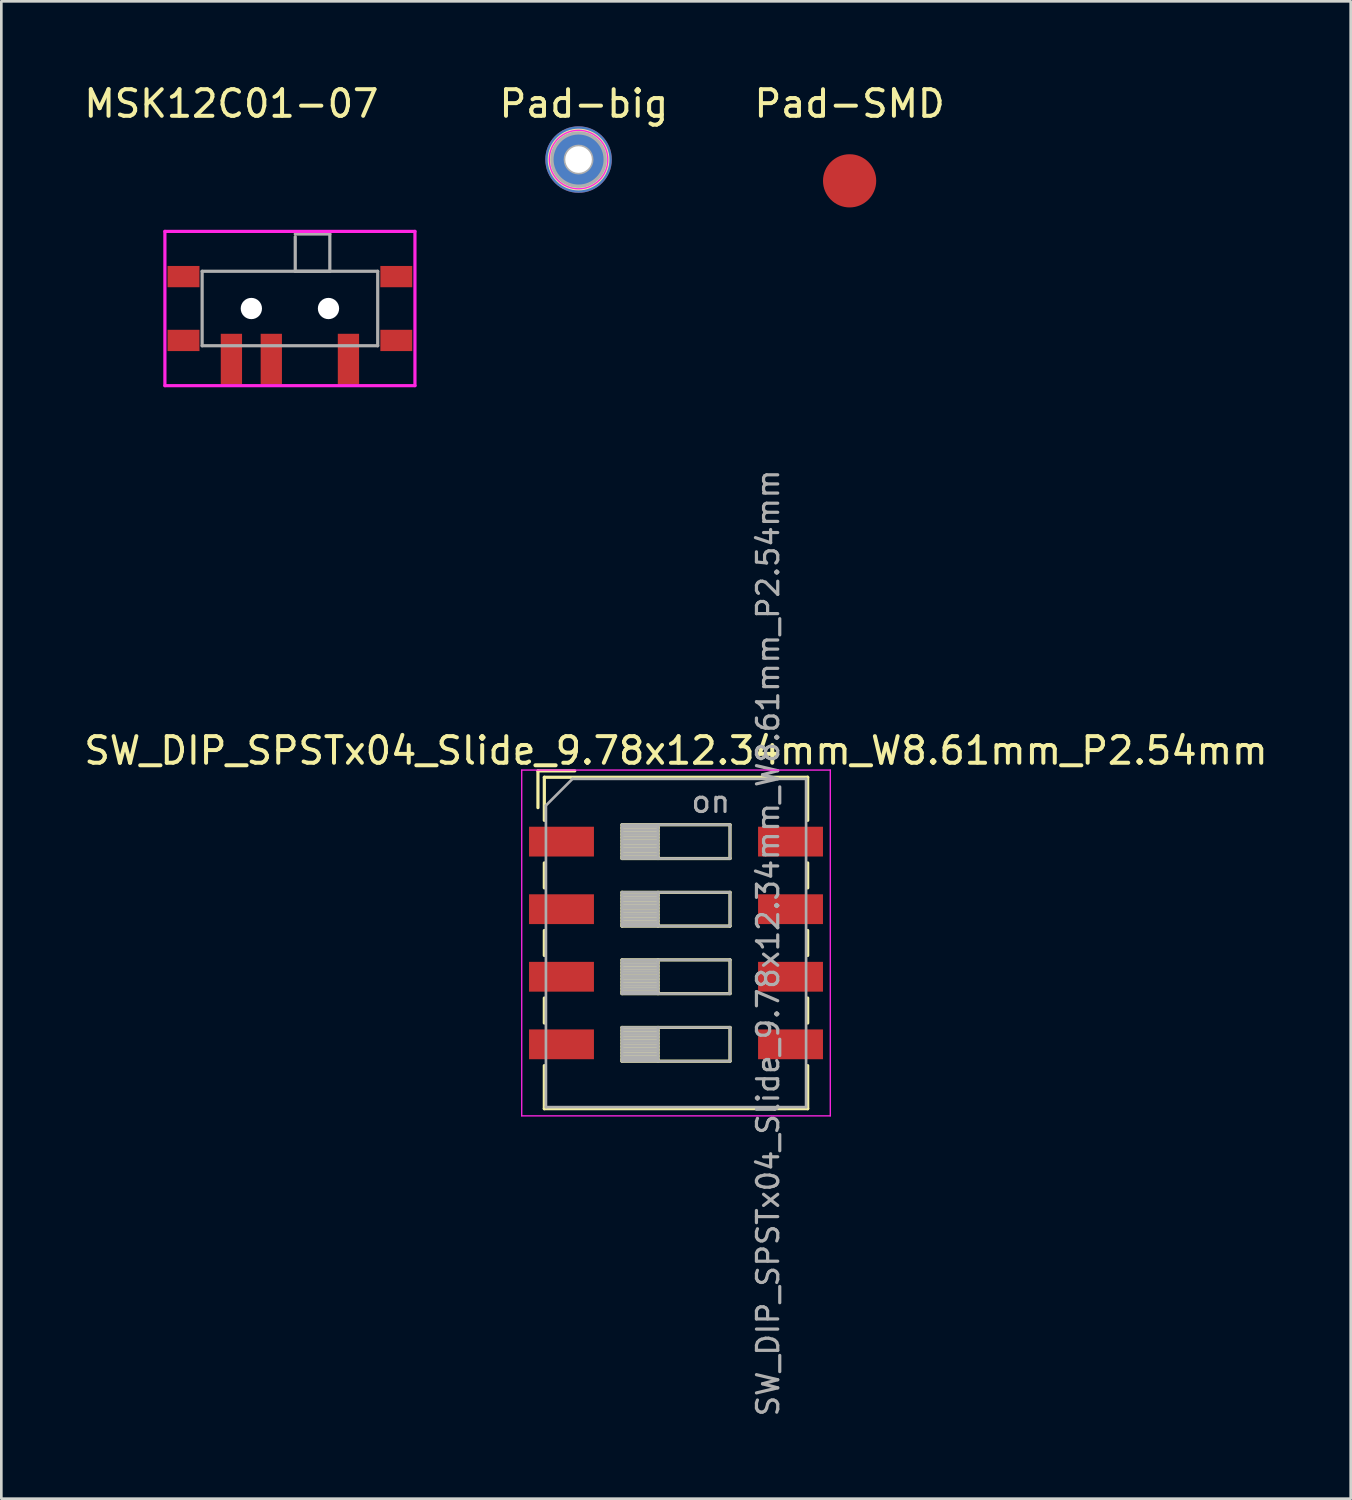
<source format=kicad_pcb>
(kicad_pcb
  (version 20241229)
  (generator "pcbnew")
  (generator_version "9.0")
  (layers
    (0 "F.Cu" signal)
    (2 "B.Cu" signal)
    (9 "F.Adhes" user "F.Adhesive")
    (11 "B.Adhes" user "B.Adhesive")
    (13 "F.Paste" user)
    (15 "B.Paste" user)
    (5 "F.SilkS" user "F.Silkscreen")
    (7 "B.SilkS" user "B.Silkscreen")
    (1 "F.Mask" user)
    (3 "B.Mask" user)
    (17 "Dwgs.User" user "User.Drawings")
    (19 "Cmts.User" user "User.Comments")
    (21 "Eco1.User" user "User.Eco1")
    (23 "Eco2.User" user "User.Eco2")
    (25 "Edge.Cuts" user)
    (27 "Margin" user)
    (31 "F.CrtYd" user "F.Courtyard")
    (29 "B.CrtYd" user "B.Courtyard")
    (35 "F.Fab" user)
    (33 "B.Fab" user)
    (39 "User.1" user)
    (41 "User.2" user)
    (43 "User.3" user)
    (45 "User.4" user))
  (footprint "Pad-big"
    (layer "F.Cu")
    (at 18.7 2.948)
    (property "Reference" "Pad-big" (at 0.2 -2.1 0) (layer "F.SilkS") (effects (font (size 1 1) (thickness 0.15))))
    (attr through_hole)
    (fp_circle (center 0 0) (end 1.1 0) (stroke (width 0.12) (type solid)) (fill no) (layer "F.SilkS"))
    (fp_circle (center 0 0) (end 1.1 0) (stroke (width 0.05) (type solid)) (fill no) (layer "F.CrtYd"))
    (fp_circle (center 0 0) (end 0.5 0) (stroke (width 0.12) (type solid)) (fill no) (layer "F.Fab"))
    (fp_circle (center 0 0) (end 1 0) (stroke (width 0.12) (type solid)) (fill no) (layer "F.Fab"))
    (pad "1" thru_hole circle (at 0 0) (size 2.5 2.5) (drill 1) (layers "*.Cu" "*.Paste" "*.Mask")))
  (footprint "SW_DIP_SPSTx04_Slide_9.78x12.34mm_W8.61mm_P2.54mm"
    (layer "F.Cu")
    (at 22.363 32.399)
    (property "Reference" "SW_DIP_SPSTx04_Slide_9.78x12.34mm_W8.61mm_P2.54mm" (at 0 -7.23 0) (layer "F.SilkS") (effects (font (size 1 1) (thickness 0.15))))
    (attr smd)
    (fp_line (start -5.19 -6.47) (end -5.19 -5.087) (stroke (width 0.12) (type solid)) (layer "F.SilkS"))
    (fp_line (start -5.19 -6.47) (end -3.806 -6.47) (stroke (width 0.12) (type solid)) (layer "F.SilkS"))
    (fp_line (start -4.95 -6.23) (end -4.95 -4.61) (stroke (width 0.12) (type solid)) (layer "F.SilkS"))
    (fp_line (start -4.95 -6.23) (end 4.95 -6.23) (stroke (width 0.12) (type solid)) (layer "F.SilkS"))
    (fp_line (start -4.95 -3.01) (end -4.95 -2.07) (stroke (width 0.12) (type solid)) (layer "F.SilkS"))
    (fp_line (start -4.95 -0.47) (end -4.95 0.47) (stroke (width 0.12) (type solid)) (layer "F.SilkS"))
    (fp_line (start -4.95 2.07) (end -4.95 3.01) (stroke (width 0.12) (type solid)) (layer "F.SilkS"))
    (fp_line (start -4.95 4.61) (end -4.95 6.23) (stroke (width 0.12) (type solid)) (layer "F.SilkS"))
    (fp_line (start -4.95 6.23) (end 4.95 6.23) (stroke (width 0.12) (type solid)) (layer "F.SilkS"))
    (fp_line (start -2.03 -4.445) (end -2.03 -3.175) (stroke (width 0.12) (type solid)) (layer "F.SilkS"))
    (fp_line (start -2.03 -4.325) (end -0.677 -4.325) (stroke (width 0.12) (type solid)) (layer "F.SilkS"))
    (fp_line (start -2.03 -4.205) (end -0.677 -4.205) (stroke (width 0.12) (type solid)) (layer "F.SilkS"))
    (fp_line (start -2.03 -4.085) (end -0.677 -4.085) (stroke (width 0.12) (type solid)) (layer "F.SilkS"))
    (fp_line (start -2.03 -3.965) (end -0.677 -3.965) (stroke (width 0.12) (type solid)) (layer "F.SilkS"))
    (fp_line (start -2.03 -3.845) (end -0.677 -3.845) (stroke (width 0.12) (type solid)) (layer "F.SilkS"))
    (fp_line (start -2.03 -3.725) (end -0.677 -3.725) (stroke (width 0.12) (type solid)) (layer "F.SilkS"))
    (fp_line (start -2.03 -3.605) (end -0.677 -3.605) (stroke (width 0.12) (type solid)) (layer "F.SilkS"))
    (fp_line (start -2.03 -3.485) (end -0.677 -3.485) (stroke (width 0.12) (type solid)) (layer "F.SilkS"))
    (fp_line (start -2.03 -3.365) (end -0.677 -3.365) (stroke (width 0.12) (type solid)) (layer "F.SilkS"))
    (fp_line (start -2.03 -3.245) (end -0.677 -3.245) (stroke (width 0.12) (type solid)) (layer "F.SilkS"))
    (fp_line (start -2.03 -3.175) (end 2.03 -3.175) (stroke (width 0.12) (type solid)) (layer "F.SilkS"))
    (fp_line (start -2.03 -1.905) (end -2.03 -0.635) (stroke (width 0.12) (type solid)) (layer "F.SilkS"))
    (fp_line (start -2.03 -1.785) (end -0.677 -1.785) (stroke (width 0.12) (type solid)) (layer "F.SilkS"))
    (fp_line (start -2.03 -1.665) (end -0.677 -1.665) (stroke (width 0.12) (type solid)) (layer "F.SilkS"))
    (fp_line (start -2.03 -1.545) (end -0.677 -1.545) (stroke (width 0.12) (type solid)) (layer "F.SilkS"))
    (fp_line (start -2.03 -1.425) (end -0.677 -1.425) (stroke (width 0.12) (type solid)) (layer "F.SilkS"))
    (fp_line (start -2.03 -1.305) (end -0.677 -1.305) (stroke (width 0.12) (type solid)) (layer "F.SilkS"))
    (fp_line (start -2.03 -1.185) (end -0.677 -1.185) (stroke (width 0.12) (type solid)) (layer "F.SilkS"))
    (fp_line (start -2.03 -1.065) (end -0.677 -1.065) (stroke (width 0.12) (type solid)) (layer "F.SilkS"))
    (fp_line (start -2.03 -0.945) (end -0.677 -0.945) (stroke (width 0.12) (type solid)) (layer "F.SilkS"))
    (fp_line (start -2.03 -0.825) (end -0.677 -0.825) (stroke (width 0.12) (type solid)) (layer "F.SilkS"))
    (fp_line (start -2.03 -0.705) (end -0.677 -0.705) (stroke (width 0.12) (type solid)) (layer "F.SilkS"))
    (fp_line (start -2.03 -0.635) (end 2.03 -0.635) (stroke (width 0.12) (type solid)) (layer "F.SilkS"))
    (fp_line (start -2.03 0.635) (end -2.03 1.905) (stroke (width 0.12) (type solid)) (layer "F.SilkS"))
    (fp_line (start -2.03 0.755) (end -0.677 0.755) (stroke (width 0.12) (type solid)) (layer "F.SilkS"))
    (fp_line (start -2.03 0.875) (end -0.677 0.875) (stroke (width 0.12) (type solid)) (layer "F.SilkS"))
    (fp_line (start -2.03 0.995) (end -0.677 0.995) (stroke (width 0.12) (type solid)) (layer "F.SilkS"))
    (fp_line (start -2.03 1.115) (end -0.677 1.115) (stroke (width 0.12) (type solid)) (layer "F.SilkS"))
    (fp_line (start -2.03 1.235) (end -0.677 1.235) (stroke (width 0.12) (type solid)) (layer "F.SilkS"))
    (fp_line (start -2.03 1.355) (end -0.677 1.355) (stroke (width 0.12) (type solid)) (layer "F.SilkS"))
    (fp_line (start -2.03 1.475) (end -0.677 1.475) (stroke (width 0.12) (type solid)) (layer "F.SilkS"))
    (fp_line (start -2.03 1.595) (end -0.677 1.595) (stroke (width 0.12) (type solid)) (layer "F.SilkS"))
    (fp_line (start -2.03 1.715) (end -0.677 1.715) (stroke (width 0.12) (type solid)) (layer "F.SilkS"))
    (fp_line (start -2.03 1.835) (end -0.677 1.835) (stroke (width 0.12) (type solid)) (layer "F.SilkS"))
    (fp_line (start -2.03 1.905) (end 2.03 1.905) (stroke (width 0.12) (type solid)) (layer "F.SilkS"))
    (fp_line (start -2.03 3.175) (end -2.03 4.445) (stroke (width 0.12) (type solid)) (layer "F.SilkS"))
    (fp_line (start -2.03 3.295) (end -0.677 3.295) (stroke (width 0.12) (type solid)) (layer "F.SilkS"))
    (fp_line (start -2.03 3.415) (end -0.677 3.415) (stroke (width 0.12) (type solid)) (layer "F.SilkS"))
    (fp_line (start -2.03 3.535) (end -0.677 3.535) (stroke (width 0.12) (type solid)) (layer "F.SilkS"))
    (fp_line (start -2.03 3.655) (end -0.677 3.655) (stroke (width 0.12) (type solid)) (layer "F.SilkS"))
    (fp_line (start -2.03 3.775) (end -0.677 3.775) (stroke (width 0.12) (type solid)) (layer "F.SilkS"))
    (fp_line (start -2.03 3.895) (end -0.677 3.895) (stroke (width 0.12) (type solid)) (layer "F.SilkS"))
    (fp_line (start -2.03 4.015) (end -0.677 4.015) (stroke (width 0.12) (type solid)) (layer "F.SilkS"))
    (fp_line (start -2.03 4.135) (end -0.677 4.135) (stroke (width 0.12) (type solid)) (layer "F.SilkS"))
    (fp_line (start -2.03 4.255) (end -0.677 4.255) (stroke (width 0.12) (type solid)) (layer "F.SilkS"))
    (fp_line (start -2.03 4.375) (end -0.677 4.375) (stroke (width 0.12) (type solid)) (layer "F.SilkS"))
    (fp_line (start -2.03 4.445) (end 2.03 4.445) (stroke (width 0.12) (type solid)) (layer "F.SilkS"))
    (fp_line (start -0.677 -4.445) (end -0.677 -3.175) (stroke (width 0.12) (type solid)) (layer "F.SilkS"))
    (fp_line (start -0.677 -1.905) (end -0.677 -0.635) (stroke (width 0.12) (type solid)) (layer "F.SilkS"))
    (fp_line (start -0.677 0.635) (end -0.677 1.905) (stroke (width 0.12) (type solid)) (layer "F.SilkS"))
    (fp_line (start -0.677 3.175) (end -0.677 4.445) (stroke (width 0.12) (type solid)) (layer "F.SilkS"))
    (fp_line (start 2.03 -4.445) (end -2.03 -4.445) (stroke (width 0.12) (type solid)) (layer "F.SilkS"))
    (fp_line (start 2.03 -3.175) (end 2.03 -4.445) (stroke (width 0.12) (type solid)) (layer "F.SilkS"))
    (fp_line (start 2.03 -1.905) (end -2.03 -1.905) (stroke (width 0.12) (type solid)) (layer "F.SilkS"))
    (fp_line (start 2.03 -0.635) (end 2.03 -1.905) (stroke (width 0.12) (type solid)) (layer "F.SilkS"))
    (fp_line (start 2.03 0.635) (end -2.03 0.635) (stroke (width 0.12) (type solid)) (layer "F.SilkS"))
    (fp_line (start 2.03 1.905) (end 2.03 0.635) (stroke (width 0.12) (type solid)) (layer "F.SilkS"))
    (fp_line (start 2.03 3.175) (end -2.03 3.175) (stroke (width 0.12) (type solid)) (layer "F.SilkS"))
    (fp_line (start 2.03 4.445) (end 2.03 3.175) (stroke (width 0.12) (type solid)) (layer "F.SilkS"))
    (fp_line (start 4.95 -6.23) (end 4.95 -4.61) (stroke (width 0.12) (type solid)) (layer "F.SilkS"))
    (fp_line (start 4.95 -3.01) (end 4.95 -2.07) (stroke (width 0.12) (type solid)) (layer "F.SilkS"))
    (fp_line (start 4.95 -0.47) (end 4.95 0.47) (stroke (width 0.12) (type solid)) (layer "F.SilkS"))
    (fp_line (start 4.95 2.07) (end 4.95 3.01) (stroke (width 0.12) (type solid)) (layer "F.SilkS"))
    (fp_line (start 4.95 4.61) (end 4.95 6.23) (stroke (width 0.12) (type solid)) (layer "F.SilkS"))
    (fp_line (start -5.8 -6.5) (end -5.8 6.5) (stroke (width 0.05) (type solid)) (layer "F.CrtYd"))
    (fp_line (start -5.8 6.5) (end 5.8 6.5) (stroke (width 0.05) (type solid)) (layer "F.CrtYd"))
    (fp_line (start 5.8 -6.5) (end -5.8 -6.5) (stroke (width 0.05) (type solid)) (layer "F.CrtYd"))
    (fp_line (start 5.8 6.5) (end 5.8 -6.5) (stroke (width 0.05) (type solid)) (layer "F.CrtYd"))
    (fp_line (start -4.89 -5.17) (end -3.89 -6.17) (stroke (width 0.1) (type solid)) (layer "F.Fab"))
    (fp_line (start -4.89 6.17) (end -4.89 -5.17) (stroke (width 0.1) (type solid)) (layer "F.Fab"))
    (fp_line (start -3.89 -6.17) (end 4.89 -6.17) (stroke (width 0.1) (type solid)) (layer "F.Fab"))
    (fp_line (start -2.03 -4.445) (end -2.03 -3.175) (stroke (width 0.1) (type solid)) (layer "F.Fab"))
    (fp_line (start -2.03 -4.345) (end -0.677 -4.345) (stroke (width 0.1) (type solid)) (layer "F.Fab"))
    (fp_line (start -2.03 -4.245) (end -0.677 -4.245) (stroke (width 0.1) (type solid)) (layer "F.Fab"))
    (fp_line (start -2.03 -4.145) (end -0.677 -4.145) (stroke (width 0.1) (type solid)) (layer "F.Fab"))
    (fp_line (start -2.03 -4.045) (end -0.677 -4.045) (stroke (width 0.1) (type solid)) (layer "F.Fab"))
    (fp_line (start -2.03 -3.945) (end -0.677 -3.945) (stroke (width 0.1) (type solid)) (layer "F.Fab"))
    (fp_line (start -2.03 -3.845) (end -0.677 -3.845) (stroke (width 0.1) (type solid)) (layer "F.Fab"))
    (fp_line (start -2.03 -3.745) (end -0.677 -3.745) (stroke (width 0.1) (type solid)) (layer "F.Fab"))
    (fp_line (start -2.03 -3.645) (end -0.677 -3.645) (stroke (width 0.1) (type solid)) (layer "F.Fab"))
    (fp_line (start -2.03 -3.545) (end -0.677 -3.545) (stroke (width 0.1) (type solid)) (layer "F.Fab"))
    (fp_line (start -2.03 -3.445) (end -0.677 -3.445) (stroke (width 0.1) (type solid)) (layer "F.Fab"))
    (fp_line (start -2.03 -3.345) (end -0.677 -3.345) (stroke (width 0.1) (type solid)) (layer "F.Fab"))
    (fp_line (start -2.03 -3.245) (end -0.677 -3.245) (stroke (width 0.1) (type solid)) (layer "F.Fab"))
    (fp_line (start -2.03 -3.175) (end 2.03 -3.175) (stroke (width 0.1) (type solid)) (layer "F.Fab"))
    (fp_line (start -2.03 -1.905) (end -2.03 -0.635) (stroke (width 0.1) (type solid)) (layer "F.Fab"))
    (fp_line (start -2.03 -1.805) (end -0.677 -1.805) (stroke (width 0.1) (type solid)) (layer "F.Fab"))
    (fp_line (start -2.03 -1.705) (end -0.677 -1.705) (stroke (width 0.1) (type solid)) (layer "F.Fab"))
    (fp_line (start -2.03 -1.605) (end -0.677 -1.605) (stroke (width 0.1) (type solid)) (layer "F.Fab"))
    (fp_line (start -2.03 -1.505) (end -0.677 -1.505) (stroke (width 0.1) (type solid)) (layer "F.Fab"))
    (fp_line (start -2.03 -1.405) (end -0.677 -1.405) (stroke (width 0.1) (type solid)) (layer "F.Fab"))
    (fp_line (start -2.03 -1.305) (end -0.677 -1.305) (stroke (width 0.1) (type solid)) (layer "F.Fab"))
    (fp_line (start -2.03 -1.205) (end -0.677 -1.205) (stroke (width 0.1) (type solid)) (layer "F.Fab"))
    (fp_line (start -2.03 -1.105) (end -0.677 -1.105) (stroke (width 0.1) (type solid)) (layer "F.Fab"))
    (fp_line (start -2.03 -1.005) (end -0.677 -1.005) (stroke (width 0.1) (type solid)) (layer "F.Fab"))
    (fp_line (start -2.03 -0.905) (end -0.677 -0.905) (stroke (width 0.1) (type solid)) (layer "F.Fab"))
    (fp_line (start -2.03 -0.805) (end -0.677 -0.805) (stroke (width 0.1) (type solid)) (layer "F.Fab"))
    (fp_line (start -2.03 -0.705) (end -0.677 -0.705) (stroke (width 0.1) (type solid)) (layer "F.Fab"))
    (fp_line (start -2.03 -0.635) (end 2.03 -0.635) (stroke (width 0.1) (type solid)) (layer "F.Fab"))
    (fp_line (start -2.03 0.635) (end -2.03 1.905) (stroke (width 0.1) (type solid)) (layer "F.Fab"))
    (fp_line (start -2.03 0.735) (end -0.677 0.735) (stroke (width 0.1) (type solid)) (layer "F.Fab"))
    (fp_line (start -2.03 0.835) (end -0.677 0.835) (stroke (width 0.1) (type solid)) (layer "F.Fab"))
    (fp_line (start -2.03 0.935) (end -0.677 0.935) (stroke (width 0.1) (type solid)) (layer "F.Fab"))
    (fp_line (start -2.03 1.035) (end -0.677 1.035) (stroke (width 0.1) (type solid)) (layer "F.Fab"))
    (fp_line (start -2.03 1.135) (end -0.677 1.135) (stroke (width 0.1) (type solid)) (layer "F.Fab"))
    (fp_line (start -2.03 1.235) (end -0.677 1.235) (stroke (width 0.1) (type solid)) (layer "F.Fab"))
    (fp_line (start -2.03 1.335) (end -0.677 1.335) (stroke (width 0.1) (type solid)) (layer "F.Fab"))
    (fp_line (start -2.03 1.435) (end -0.677 1.435) (stroke (width 0.1) (type solid)) (layer "F.Fab"))
    (fp_line (start -2.03 1.535) (end -0.677 1.535) (stroke (width 0.1) (type solid)) (layer "F.Fab"))
    (fp_line (start -2.03 1.635) (end -0.677 1.635) (stroke (width 0.1) (type solid)) (layer "F.Fab"))
    (fp_line (start -2.03 1.735) (end -0.677 1.735) (stroke (width 0.1) (type solid)) (layer "F.Fab"))
    (fp_line (start -2.03 1.835) (end -0.677 1.835) (stroke (width 0.1) (type solid)) (layer "F.Fab"))
    (fp_line (start -2.03 1.905) (end 2.03 1.905) (stroke (width 0.1) (type solid)) (layer "F.Fab"))
    (fp_line (start -2.03 3.175) (end -2.03 4.445) (stroke (width 0.1) (type solid)) (layer "F.Fab"))
    (fp_line (start -2.03 3.275) (end -0.677 3.275) (stroke (width 0.1) (type solid)) (layer "F.Fab"))
    (fp_line (start -2.03 3.375) (end -0.677 3.375) (stroke (width 0.1) (type solid)) (layer "F.Fab"))
    (fp_line (start -2.03 3.475) (end -0.677 3.475) (stroke (width 0.1) (type solid)) (layer "F.Fab"))
    (fp_line (start -2.03 3.575) (end -0.677 3.575) (stroke (width 0.1) (type solid)) (layer "F.Fab"))
    (fp_line (start -2.03 3.675) (end -0.677 3.675) (stroke (width 0.1) (type solid)) (layer "F.Fab"))
    (fp_line (start -2.03 3.775) (end -0.677 3.775) (stroke (width 0.1) (type solid)) (layer "F.Fab"))
    (fp_line (start -2.03 3.875) (end -0.677 3.875) (stroke (width 0.1) (type solid)) (layer "F.Fab"))
    (fp_line (start -2.03 3.975) (end -0.677 3.975) (stroke (width 0.1) (type solid)) (layer "F.Fab"))
    (fp_line (start -2.03 4.075) (end -0.677 4.075) (stroke (width 0.1) (type solid)) (layer "F.Fab"))
    (fp_line (start -2.03 4.175) (end -0.677 4.175) (stroke (width 0.1) (type solid)) (layer "F.Fab"))
    (fp_line (start -2.03 4.275) (end -0.677 4.275) (stroke (width 0.1) (type solid)) (layer "F.Fab"))
    (fp_line (start -2.03 4.375) (end -0.677 4.375) (stroke (width 0.1) (type solid)) (layer "F.Fab"))
    (fp_line (start -2.03 4.445) (end 2.03 4.445) (stroke (width 0.1) (type solid)) (layer "F.Fab"))
    (fp_line (start -0.677 -4.445) (end -0.677 -3.175) (stroke (width 0.1) (type solid)) (layer "F.Fab"))
    (fp_line (start -0.677 -1.905) (end -0.677 -0.635) (stroke (width 0.1) (type solid)) (layer "F.Fab"))
    (fp_line (start -0.677 0.635) (end -0.677 1.905) (stroke (width 0.1) (type solid)) (layer "F.Fab"))
    (fp_line (start -0.677 3.175) (end -0.677 4.445) (stroke (width 0.1) (type solid)) (layer "F.Fab"))
    (fp_line (start 2.03 -4.445) (end -2.03 -4.445) (stroke (width 0.1) (type solid)) (layer "F.Fab"))
    (fp_line (start 2.03 -3.175) (end 2.03 -4.445) (stroke (width 0.1) (type solid)) (layer "F.Fab"))
    (fp_line (start 2.03 -1.905) (end -2.03 -1.905) (stroke (width 0.1) (type solid)) (layer "F.Fab"))
    (fp_line (start 2.03 -0.635) (end 2.03 -1.905) (stroke (width 0.1) (type solid)) (layer "F.Fab"))
    (fp_line (start 2.03 0.635) (end -2.03 0.635) (stroke (width 0.1) (type solid)) (layer "F.Fab"))
    (fp_line (start 2.03 1.905) (end 2.03 0.635) (stroke (width 0.1) (type solid)) (layer "F.Fab"))
    (fp_line (start 2.03 3.175) (end -2.03 3.175) (stroke (width 0.1) (type solid)) (layer "F.Fab"))
    (fp_line (start 2.03 4.445) (end 2.03 3.175) (stroke (width 0.1) (type solid)) (layer "F.Fab"))
    (fp_line (start 4.89 -6.17) (end 4.89 6.17) (stroke (width 0.1) (type solid)) (layer "F.Fab"))
    (fp_line (start 4.89 6.17) (end -4.89 6.17) (stroke (width 0.1) (type solid)) (layer "F.Fab"))
    (fp_text user "on" (at 1.308 -5.308 0) (layer "F.Fab") (effects (font (size 0.8 0.8) (thickness 0.12))))
    (fp_text user "${REFERENCE}" (at 3.46 0 90) (layer "F.Fab") (effects (font (size 0.8 0.8) (thickness 0.12))))
    (pad "1" smd rect (at -4.305 -3.81) (size 2.44 1.12) (layers "F.Cu" "F.Mask" "F.Paste"))
    (pad "2" smd rect (at -4.305 -1.27) (size 2.44 1.12) (layers "F.Cu" "F.Mask" "F.Paste"))
    (pad "3" smd rect (at -4.305 1.27) (size 2.44 1.12) (layers "F.Cu" "F.Mask" "F.Paste"))
    (pad "4" smd rect (at -4.305 3.81) (size 2.44 1.12) (layers "F.Cu" "F.Mask" "F.Paste"))
    (pad "5" smd rect (at 4.305 3.81) (size 2.44 1.12) (layers "F.Cu" "F.Mask" "F.Paste"))
    (pad "6" smd rect (at 4.305 1.27) (size 2.44 1.12) (layers "F.Cu" "F.Mask" "F.Paste"))
    (pad "7" smd rect (at 4.305 -1.27) (size 2.44 1.12) (layers "F.Cu" "F.Mask" "F.Paste"))
    (pad "8" smd rect (at 4.305 -3.81) (size 2.44 1.12) (layers "F.Cu" "F.Mask" "F.Paste")))
  (footprint "Pad-SMD"
    (layer "F.Cu")
    (at 28.889 2.648)
    (property "Reference" "Pad-SMD" (at 0 -1.8 0) (layer "F.SilkS") (effects (font (size 1 1) (thickness 0.15))))
    (attr through_hole)
    (pad "1" smd circle (at 0 1.1) (size 2 2) (layers "F.Cu" "F.Mask" "F.Paste")))
  (footprint "MSK12C01-07"
    (layer "F.Cu")
    (at 7.849 7.148)
    (property "Reference" "MSK12C01-07" (at -2.2 -6.3 0) (layer "F.SilkS") (effects (font (size 1 1) (thickness 0.15))))
    (attr through_hole)
    (fp_line (start -4.7 -1.5) (end -4.7 4.3) (stroke (width 0.12) (type solid)) (layer "F.CrtYd"))
    (fp_line (start -4.7 4.3) (end 4.7 4.3) (stroke (width 0.12) (type solid)) (layer "F.CrtYd"))
    (fp_line (start 4.7 -1.5) (end -4.7 -1.5) (stroke (width 0.12) (type solid)) (layer "F.CrtYd"))
    (fp_line (start 4.7 4.3) (end 4.7 -1.5) (stroke (width 0.12) (type solid)) (layer "F.CrtYd"))
    (fp_line (start -3.3 0) (end -3.3 2.8) (stroke (width 0.12) (type solid)) (layer "F.Fab"))
    (fp_line (start -3.3 2.8) (end 3.3 2.8) (stroke (width 0.12) (type solid)) (layer "F.Fab"))
    (fp_line (start 0.2 -1.4) (end 1.5 -1.4) (stroke (width 0.12) (type solid)) (layer "F.Fab"))
    (fp_line (start 0.2 0) (end 0.2 -1.3) (stroke (width 0.12) (type solid)) (layer "F.Fab"))
    (fp_line (start 1.5 -1.4) (end 1.5 0) (stroke (width 0.12) (type solid)) (layer "F.Fab"))
    (fp_line (start 1.5 0) (end 0.2 0) (stroke (width 0.12) (type solid)) (layer "F.Fab"))
    (fp_line (start 3.3 0) (end -3.3 0) (stroke (width 0.12) (type solid)) (layer "F.Fab"))
    (fp_line (start 3.3 2.8) (end 3.3 0) (stroke (width 0.12) (type solid)) (layer "F.Fab"))
    (pad "" np_thru_hole circle (at -1.45 1.4 90) (size 0.8 0.8) (drill 0.8) (layers "*.Cu"))
    (pad "" np_thru_hole circle (at 1.45 1.4 90) (size 0.8 0.8) (drill 0.8) (layers "*.Cu"))
    (pad "1" smd rect (at -2.2 3.3) (size 0.8 1.9) (layers "F.Cu" "F.Mask" "F.Paste"))
    (pad "2" smd rect (at -0.7 3.3) (size 0.8 1.9) (layers "F.Cu" "F.Mask" "F.Paste"))
    (pad "3" smd rect (at 2.2 3.3) (size 0.8 1.9) (layers "F.Cu" "F.Mask" "F.Paste"))
    (pad "SH" smd rect (at -4 0.2 90) (size 0.8 1.2) (layers "F.Cu" "F.Mask" "F.Paste"))
    (pad "SH" smd rect (at -4 2.6 90) (size 0.8 1.2) (layers "F.Cu" "F.Mask" "F.Paste"))
    (pad "SH" smd rect (at 4 0.2 90) (size 0.8 1.2) (layers "F.Cu" "F.Mask" "F.Paste"))
    (pad "SH" smd rect (at 4 2.6 90) (size 0.8 1.2) (layers "F.Cu" "F.Mask" "F.Paste")))
  (gr_rect
    (start -3 -3)
    (end 47.726 53.289)
    (stroke (width 0.1) (type default))
    (fill no)
    (layer "Edge.Cuts")))
</source>
